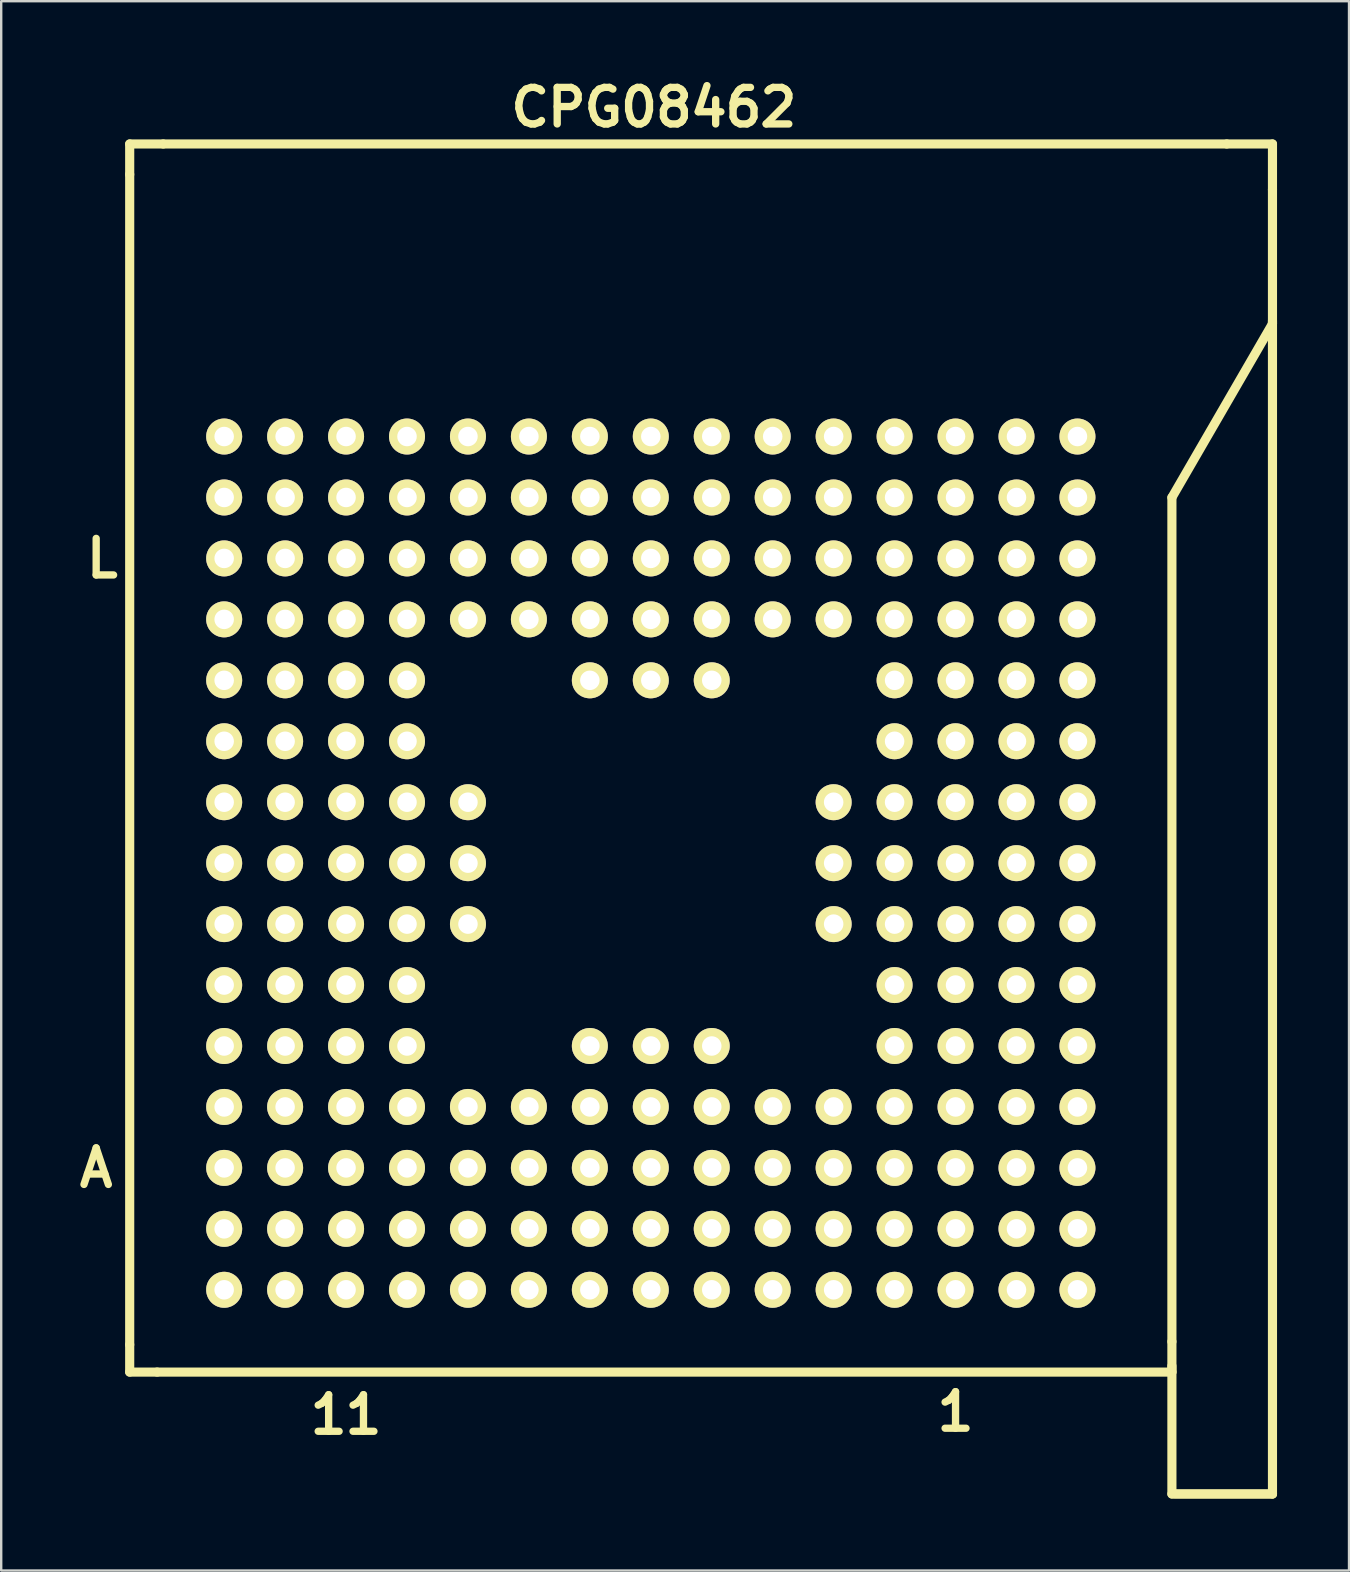
<source format=kicad_pcb>
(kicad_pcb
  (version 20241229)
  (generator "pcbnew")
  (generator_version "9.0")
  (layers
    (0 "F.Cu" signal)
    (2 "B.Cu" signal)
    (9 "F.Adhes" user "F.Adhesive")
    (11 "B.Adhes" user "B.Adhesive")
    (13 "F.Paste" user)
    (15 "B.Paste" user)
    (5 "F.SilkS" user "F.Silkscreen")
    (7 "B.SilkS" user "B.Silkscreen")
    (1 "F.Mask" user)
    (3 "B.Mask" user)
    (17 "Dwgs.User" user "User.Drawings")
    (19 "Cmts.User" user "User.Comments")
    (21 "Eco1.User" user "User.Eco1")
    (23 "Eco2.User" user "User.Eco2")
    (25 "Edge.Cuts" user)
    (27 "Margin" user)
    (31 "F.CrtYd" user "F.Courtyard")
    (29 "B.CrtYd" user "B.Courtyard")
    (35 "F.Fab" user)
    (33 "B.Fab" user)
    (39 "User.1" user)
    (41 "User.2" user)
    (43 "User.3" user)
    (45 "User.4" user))
  (footprint "CPG08462"
    (layer "F.Cu")
    (at 41.852 50.702)
    (property "Reference" "CPG08462" (at -17.653 -49.276 0) (layer "F.SilkS") (effects (font (size 1.524 1.524) (thickness 0.305))))
    (attr through_hole)
    (fp_line (start -39.497 -47.752) (end -39.497 -46.482) (stroke (width 0.381) (type solid)) (layer "F.SilkS"))
    (fp_line (start -39.497 -47.752) (end -38.1 -47.752) (stroke (width 0.381) (type solid)) (layer "F.SilkS"))
    (fp_line (start -39.497 -46.482) (end -39.497 2.286) (stroke (width 0.381) (type solid)) (layer "F.SilkS"))
    (fp_line (start -39.497 3.429) (end -39.497 2.286) (stroke (width 0.381) (type solid)) (layer "F.SilkS"))
    (fp_line (start -39.497 3.429) (end -38.354 3.429) (stroke (width 0.381) (type solid)) (layer "F.SilkS"))
    (fp_line (start 3.937 2.159) (end 3.937 -33.02) (stroke (width 0.381) (type solid)) (layer "F.SilkS"))
    (fp_line (start 3.937 3.175) (end 3.937 8.509) (stroke (width 0.381) (type solid)) (layer "F.SilkS"))
    (fp_line (start 3.937 3.429) (end -38.354 3.429) (stroke (width 0.381) (type solid)) (layer "F.SilkS"))
    (fp_line (start 3.937 3.429) (end 3.937 2.159) (stroke (width 0.381) (type solid)) (layer "F.SilkS"))
    (fp_line (start 3.937 8.509) (end 8.128 8.509) (stroke (width 0.381) (type solid)) (layer "F.SilkS"))
    (fp_line (start 6.223 -47.752) (end -38.1 -47.752) (stroke (width 0.381) (type solid)) (layer "F.SilkS"))
    (fp_line (start 8.128 -47.752) (end 6.223 -47.752) (stroke (width 0.381) (type solid)) (layer "F.SilkS"))
    (fp_line (start 8.128 -47.752) (end 8.128 -45.847) (stroke (width 0.381) (type solid)) (layer "F.SilkS"))
    (fp_line (start 8.128 -45.847) (end 8.128 -40.259) (stroke (width 0.381) (type solid)) (layer "F.SilkS"))
    (fp_line (start 8.128 -40.386) (end 8.128 8.509) (stroke (width 0.381) (type solid)) (layer "F.SilkS"))
    (fp_line (start 8.128 -40.259) (end 3.937 -33.02) (stroke (width 0.381) (type solid)) (layer "F.SilkS"))
    (fp_line (start 8.128 8.509) (end 4.064 8.509) (stroke (width 0.381) (type solid)) (layer "F.SilkS"))
    (fp_text user "L" (at -40.64 -30.48 0) (layer "F.SilkS") (effects (font (size 1.524 1.524) (thickness 0.305))))
    (fp_text user "11" (at -30.48 5.207 0) (layer "F.SilkS") (effects (font (size 1.524 1.524) (thickness 0.305))))
    (fp_text user "1" (at -5.08 5.08 0) (layer "F.SilkS") (effects (font (size 1.524 1.524) (thickness 0.305))))
    (fp_text user "A" (at -40.894 -5.08 0) (layer "F.SilkS") (effects (font (size 1.524 1.524) (thickness 0.305))))
    (pad "" thru_hole circle (at -35.56 -35.56) (size 1.5 1.5) (drill 0.813) (layers "*.Cu" "*.Mask" "F.SilkS"))
    (pad "" thru_hole circle (at -35.56 -33.02) (size 1.5 1.5) (drill 0.813) (layers "*.Cu" "*.Mask" "F.SilkS"))
    (pad "" thru_hole circle (at -35.56 -30.48) (size 1.5 1.5) (drill 0.813) (layers "*.Cu" "*.Mask" "F.SilkS"))
    (pad "" thru_hole circle (at -35.56 -27.94) (size 1.5 1.5) (drill 0.813) (layers "*.Cu" "*.Mask" "F.SilkS"))
    (pad "" thru_hole circle (at -35.56 -25.4) (size 1.5 1.5) (drill 0.813) (layers "*.Cu" "*.Mask" "F.SilkS"))
    (pad "" thru_hole circle (at -35.56 -22.86) (size 1.5 1.5) (drill 0.813) (layers "*.Cu" "*.Mask" "F.SilkS"))
    (pad "" thru_hole circle (at -35.56 -20.32) (size 1.5 1.5) (drill 0.813) (layers "*.Cu" "*.Mask" "F.SilkS"))
    (pad "" thru_hole circle (at -35.56 -17.78) (size 1.5 1.5) (drill 0.813) (layers "*.Cu" "*.Mask" "F.SilkS"))
    (pad "" thru_hole circle (at -35.56 -15.24) (size 1.5 1.5) (drill 0.813) (layers "*.Cu" "*.Mask" "F.SilkS"))
    (pad "" thru_hole circle (at -35.56 -12.7) (size 1.5 1.5) (drill 0.813) (layers "*.Cu" "*.Mask" "F.SilkS"))
    (pad "" thru_hole circle (at -35.56 -10.16) (size 1.5 1.5) (drill 0.813) (layers "*.Cu" "*.Mask" "F.SilkS"))
    (pad "" thru_hole circle (at -35.56 -7.62) (size 1.5 1.5) (drill 0.813) (layers "*.Cu" "*.Mask" "F.SilkS"))
    (pad "" thru_hole circle (at -35.56 -5.08) (size 1.5 1.5) (drill 0.813) (layers "*.Cu" "*.Mask" "F.SilkS"))
    (pad "" thru_hole circle (at -35.56 -2.54) (size 1.5 1.5) (drill 0.813) (layers "*.Cu" "*.Mask" "F.SilkS"))
    (pad "" thru_hole circle (at -35.56 0) (size 1.5 1.5) (drill 0.813) (layers "*.Cu" "*.Mask" "F.SilkS"))
    (pad "" thru_hole circle (at -33.02 -35.56) (size 1.5 1.5) (drill 0.813) (layers "*.Cu" "*.Mask" "F.SilkS"))
    (pad "" thru_hole circle (at -33.02 -33.02) (size 1.5 1.5) (drill 0.813) (layers "*.Cu" "*.Mask" "F.SilkS"))
    (pad "" thru_hole circle (at -33.02 -30.48) (size 1.5 1.5) (drill 0.813) (layers "*.Cu" "*.Mask" "F.SilkS"))
    (pad "" thru_hole circle (at -33.02 -27.94) (size 1.5 1.5) (drill 0.813) (layers "*.Cu" "*.Mask" "F.SilkS"))
    (pad "" thru_hole circle (at -33.02 -25.4) (size 1.5 1.5) (drill 0.813) (layers "*.Cu" "*.Mask" "F.SilkS"))
    (pad "" thru_hole circle (at -33.02 -22.86) (size 1.5 1.5) (drill 0.813) (layers "*.Cu" "*.Mask" "F.SilkS"))
    (pad "" thru_hole circle (at -33.02 -20.32) (size 1.5 1.5) (drill 0.813) (layers "*.Cu" "*.Mask" "F.SilkS"))
    (pad "" thru_hole circle (at -33.02 -17.78) (size 1.5 1.5) (drill 0.813) (layers "*.Cu" "*.Mask" "F.SilkS"))
    (pad "" thru_hole circle (at -33.02 -15.24) (size 1.5 1.5) (drill 0.813) (layers "*.Cu" "*.Mask" "F.SilkS"))
    (pad "" thru_hole circle (at -33.02 -12.7) (size 1.5 1.5) (drill 0.813) (layers "*.Cu" "*.Mask" "F.SilkS"))
    (pad "" thru_hole circle (at -33.02 -10.16) (size 1.5 1.5) (drill 0.813) (layers "*.Cu" "*.Mask" "F.SilkS"))
    (pad "" thru_hole circle (at -33.02 -7.62) (size 1.5 1.5) (drill 0.813) (layers "*.Cu" "*.Mask" "F.SilkS"))
    (pad "" thru_hole circle (at -33.02 -5.08) (size 1.5 1.5) (drill 0.813) (layers "*.Cu" "*.Mask" "F.SilkS"))
    (pad "" thru_hole circle (at -33.02 -2.54) (size 1.5 1.5) (drill 0.813) (layers "*.Cu" "*.Mask" "F.SilkS"))
    (pad "" thru_hole circle (at -33.02 0) (size 1.5 1.5) (drill 0.813) (layers "*.Cu" "*.Mask" "F.SilkS"))
    (pad "" thru_hole circle (at -30.48 -35.56) (size 1.5 1.5) (drill 0.813) (layers "*.Cu" "*.Mask" "F.SilkS"))
    (pad "" thru_hole circle (at -30.48 -33.02) (size 1.5 1.5) (drill 0.813) (layers "*.Cu" "*.Mask" "F.SilkS"))
    (pad "" thru_hole circle (at -30.48 -2.54) (size 1.5 1.5) (drill 0.813) (layers "*.Cu" "*.Mask" "F.SilkS"))
    (pad "" thru_hole circle (at -30.48 0) (size 1.5 1.5) (drill 0.813) (layers "*.Cu" "*.Mask" "F.SilkS"))
    (pad "" thru_hole circle (at -27.94 -35.56) (size 1.5 1.5) (drill 0.813) (layers "*.Cu" "*.Mask" "F.SilkS"))
    (pad "" thru_hole circle (at -27.94 -33.02) (size 1.5 1.5) (drill 0.813) (layers "*.Cu" "*.Mask" "F.SilkS"))
    (pad "" thru_hole circle (at -27.94 -2.54) (size 1.5 1.5) (drill 0.813) (layers "*.Cu" "*.Mask" "F.SilkS"))
    (pad "" thru_hole circle (at -27.94 0) (size 1.5 1.5) (drill 0.813) (layers "*.Cu" "*.Mask" "F.SilkS"))
    (pad "" thru_hole circle (at -25.4 -35.56) (size 1.5 1.5) (drill 0.813) (layers "*.Cu" "*.Mask" "F.SilkS"))
    (pad "" thru_hole circle (at -25.4 -33.02) (size 1.5 1.5) (drill 0.813) (layers "*.Cu" "*.Mask" "F.SilkS"))
    (pad "" thru_hole circle (at -25.4 -2.54) (size 1.5 1.5) (drill 0.813) (layers "*.Cu" "*.Mask" "F.SilkS"))
    (pad "" thru_hole circle (at -25.4 0) (size 1.5 1.5) (drill 0.813) (layers "*.Cu" "*.Mask" "F.SilkS"))
    (pad "" thru_hole circle (at -22.86 -35.56) (size 1.5 1.5) (drill 0.813) (layers "*.Cu" "*.Mask" "F.SilkS"))
    (pad "" thru_hole circle (at -22.86 -33.02) (size 1.5 1.5) (drill 0.813) (layers "*.Cu" "*.Mask" "F.SilkS"))
    (pad "" thru_hole circle (at -22.86 -2.54) (size 1.5 1.5) (drill 0.813) (layers "*.Cu" "*.Mask" "F.SilkS"))
    (pad "" thru_hole circle (at -22.86 0) (size 1.5 1.5) (drill 0.813) (layers "*.Cu" "*.Mask" "F.SilkS"))
    (pad "" thru_hole circle (at -20.32 -35.56) (size 1.5 1.5) (drill 0.813) (layers "*.Cu" "*.Mask" "F.SilkS"))
    (pad "" thru_hole circle (at -20.32 -33.02) (size 1.5 1.5) (drill 0.813) (layers "*.Cu" "*.Mask" "F.SilkS"))
    (pad "" thru_hole circle (at -20.32 -2.54) (size 1.5 1.5) (drill 0.813) (layers "*.Cu" "*.Mask" "F.SilkS"))
    (pad "" thru_hole circle (at -20.32 0) (size 1.5 1.5) (drill 0.813) (layers "*.Cu" "*.Mask" "F.SilkS"))
    (pad "" thru_hole circle (at -17.78 -35.56) (size 1.5 1.5) (drill 0.813) (layers "*.Cu" "*.Mask" "F.SilkS"))
    (pad "" thru_hole circle (at -17.78 -33.02) (size 1.5 1.5) (drill 0.813) (layers "*.Cu" "*.Mask" "F.SilkS"))
    (pad "" thru_hole circle (at -17.78 -2.54) (size 1.5 1.5) (drill 0.813) (layers "*.Cu" "*.Mask" "F.SilkS"))
    (pad "" thru_hole circle (at -17.78 0) (size 1.5 1.5) (drill 0.813) (layers "*.Cu" "*.Mask" "F.SilkS"))
    (pad "" thru_hole circle (at -15.24 -35.56) (size 1.5 1.5) (drill 0.813) (layers "*.Cu" "*.Mask" "F.SilkS"))
    (pad "" thru_hole circle (at -15.24 -33.02) (size 1.5 1.5) (drill 0.813) (layers "*.Cu" "*.Mask" "F.SilkS"))
    (pad "" thru_hole circle (at -15.24 -2.54) (size 1.5 1.5) (drill 0.813) (layers "*.Cu" "*.Mask" "F.SilkS"))
    (pad "" thru_hole circle (at -15.24 0) (size 1.5 1.5) (drill 0.813) (layers "*.Cu" "*.Mask" "F.SilkS"))
    (pad "" thru_hole circle (at -12.7 -35.56) (size 1.5 1.5) (drill 0.813) (layers "*.Cu" "*.Mask" "F.SilkS"))
    (pad "" thru_hole circle (at -12.7 -33.02) (size 1.5 1.5) (drill 0.813) (layers "*.Cu" "*.Mask" "F.SilkS"))
    (pad "" thru_hole circle (at -12.7 -2.54) (size 1.5 1.5) (drill 0.813) (layers "*.Cu" "*.Mask" "F.SilkS"))
    (pad "" thru_hole circle (at -12.7 0) (size 1.5 1.5) (drill 0.813) (layers "*.Cu" "*.Mask" "F.SilkS"))
    (pad "" thru_hole circle (at -10.16 -35.56) (size 1.5 1.5) (drill 0.813) (layers "*.Cu" "*.Mask" "F.SilkS"))
    (pad "" thru_hole circle (at -10.16 -33.02) (size 1.5 1.5) (drill 0.813) (layers "*.Cu" "*.Mask" "F.SilkS"))
    (pad "" thru_hole circle (at -10.16 -2.54) (size 1.5 1.5) (drill 0.813) (layers "*.Cu" "*.Mask" "F.SilkS"))
    (pad "" thru_hole circle (at -10.16 0) (size 1.5 1.5) (drill 0.813) (layers "*.Cu" "*.Mask" "F.SilkS"))
    (pad "" thru_hole circle (at -7.62 -35.56) (size 1.5 1.5) (drill 0.813) (layers "*.Cu" "*.Mask" "F.SilkS"))
    (pad "" thru_hole circle (at -7.62 -33.02) (size 1.5 1.5) (drill 0.813) (layers "*.Cu" "*.Mask" "F.SilkS"))
    (pad "" thru_hole circle (at -7.62 -2.54) (size 1.5 1.5) (drill 0.813) (layers "*.Cu" "*.Mask" "F.SilkS"))
    (pad "" thru_hole circle (at -7.62 0) (size 1.5 1.5) (drill 0.813) (layers "*.Cu" "*.Mask" "F.SilkS"))
    (pad "" thru_hole circle (at -5.08 -35.56) (size 1.5 1.5) (drill 0.813) (layers "*.Cu" "*.Mask" "F.SilkS"))
    (pad "" thru_hole circle (at -5.08 -33.02) (size 1.5 1.5) (drill 0.813) (layers "*.Cu" "*.Mask" "F.SilkS"))
    (pad "" thru_hole circle (at -5.08 -2.54) (size 1.5 1.5) (drill 0.813) (layers "*.Cu" "*.Mask" "F.SilkS"))
    (pad "" thru_hole circle (at -5.08 0) (size 1.5 1.5) (drill 0.813) (layers "*.Cu" "*.Mask" "F.SilkS"))
    (pad "" thru_hole circle (at -2.54 -35.56) (size 1.5 1.5) (drill 0.813) (layers "*.Cu" "*.Mask" "F.SilkS"))
    (pad "" thru_hole circle (at -2.54 -33.02) (size 1.5 1.5) (drill 0.813) (layers "*.Cu" "*.Mask" "F.SilkS"))
    (pad "" thru_hole circle (at -2.54 -30.48) (size 1.5 1.5) (drill 0.813) (layers "*.Cu" "*.Mask" "F.SilkS"))
    (pad "" thru_hole circle (at -2.54 -27.94) (size 1.5 1.5) (drill 0.813) (layers "*.Cu" "*.Mask" "F.SilkS"))
    (pad "" thru_hole circle (at -2.54 -25.4) (size 1.5 1.5) (drill 0.813) (layers "*.Cu" "*.Mask" "F.SilkS"))
    (pad "" thru_hole circle (at -2.54 -22.86) (size 1.5 1.5) (drill 0.813) (layers "*.Cu" "*.Mask" "F.SilkS"))
    (pad "" thru_hole circle (at -2.54 -20.32) (size 1.5 1.5) (drill 0.813) (layers "*.Cu" "*.Mask" "F.SilkS"))
    (pad "" thru_hole circle (at -2.54 -17.78) (size 1.5 1.5) (drill 0.813) (layers "*.Cu" "*.Mask" "F.SilkS"))
    (pad "" thru_hole circle (at -2.54 -15.24) (size 1.5 1.5) (drill 0.813) (layers "*.Cu" "*.Mask" "F.SilkS"))
    (pad "" thru_hole circle (at -2.54 -12.7) (size 1.5 1.5) (drill 0.813) (layers "*.Cu" "*.Mask" "F.SilkS"))
    (pad "" thru_hole circle (at -2.54 -10.16) (size 1.5 1.5) (drill 0.813) (layers "*.Cu" "*.Mask" "F.SilkS"))
    (pad "" thru_hole circle (at -2.54 -7.62) (size 1.5 1.5) (drill 0.813) (layers "*.Cu" "*.Mask" "F.SilkS"))
    (pad "" thru_hole circle (at -2.54 -5.08) (size 1.5 1.5) (drill 0.813) (layers "*.Cu" "*.Mask" "F.SilkS"))
    (pad "" thru_hole circle (at -2.54 -2.54) (size 1.5 1.5) (drill 0.813) (layers "*.Cu" "*.Mask" "F.SilkS"))
    (pad "" thru_hole circle (at -2.54 0) (size 1.5 1.5) (drill 0.813) (layers "*.Cu" "*.Mask" "F.SilkS"))
    (pad "" thru_hole circle (at 0 -35.56) (size 1.5 1.5) (drill 0.813) (layers "*.Cu" "*.Mask" "F.SilkS"))
    (pad "" thru_hole circle (at 0 -33.02) (size 1.5 1.5) (drill 0.813) (layers "*.Cu" "*.Mask" "F.SilkS"))
    (pad "" thru_hole circle (at 0 -30.48) (size 1.5 1.5) (drill 0.813) (layers "*.Cu" "*.Mask" "F.SilkS"))
    (pad "" thru_hole circle (at 0 -27.94) (size 1.5 1.5) (drill 0.813) (layers "*.Cu" "*.Mask" "F.SilkS"))
    (pad "" thru_hole circle (at 0 -25.4) (size 1.5 1.5) (drill 0.813) (layers "*.Cu" "*.Mask" "F.SilkS"))
    (pad "" thru_hole circle (at 0 -22.86) (size 1.5 1.5) (drill 0.813) (layers "*.Cu" "*.Mask" "F.SilkS"))
    (pad "" thru_hole circle (at 0 -20.32) (size 1.5 1.5) (drill 0.813) (layers "*.Cu" "*.Mask" "F.SilkS"))
    (pad "" thru_hole circle (at 0 -17.78) (size 1.5 1.5) (drill 0.813) (layers "*.Cu" "*.Mask" "F.SilkS"))
    (pad "" thru_hole circle (at 0 -15.24) (size 1.5 1.5) (drill 0.813) (layers "*.Cu" "*.Mask" "F.SilkS"))
    (pad "" thru_hole circle (at 0 -12.7) (size 1.5 1.5) (drill 0.813) (layers "*.Cu" "*.Mask" "F.SilkS"))
    (pad "" thru_hole circle (at 0 -10.16) (size 1.5 1.5) (drill 0.813) (layers "*.Cu" "*.Mask" "F.SilkS"))
    (pad "" thru_hole circle (at 0 -7.62) (size 1.5 1.5) (drill 0.813) (layers "*.Cu" "*.Mask" "F.SilkS"))
    (pad "" thru_hole circle (at 0 -5.08) (size 1.5 1.5) (drill 0.813) (layers "*.Cu" "*.Mask" "F.SilkS"))
    (pad "" thru_hole circle (at 0 -2.54) (size 1.5 1.5) (drill 0.813) (layers "*.Cu" "*.Mask" "F.SilkS"))
    (pad "" thru_hole circle (at 0 0) (size 1.5 1.5) (drill 0.813) (layers "*.Cu" "*.Mask" "F.SilkS"))
    (pad "A1" thru_hole circle (at -5.08 -5.08) (size 1.5 1.5) (drill 0.813) (layers "*.Cu" "*.Mask" "F.SilkS"))
    (pad "A2" thru_hole circle (at -7.62 -5.08) (size 1.5 1.5) (drill 0.813) (layers "*.Cu" "*.Mask" "F.SilkS"))
    (pad "A3" thru_hole circle (at -10.16 -5.08) (size 1.5 1.5) (drill 0.813) (layers "*.Cu" "*.Mask" "F.SilkS"))
    (pad "A4" thru_hole circle (at -12.7 -5.08) (size 1.5 1.5) (drill 0.813) (layers "*.Cu" "*.Mask" "F.SilkS"))
    (pad "A5" thru_hole circle (at -15.24 -5.08) (size 1.5 1.5) (drill 0.813) (layers "*.Cu" "*.Mask" "F.SilkS"))
    (pad "A6" thru_hole circle (at -17.78 -5.08) (size 1.5 1.5) (drill 0.813) (layers "*.Cu" "*.Mask" "F.SilkS"))
    (pad "A7" thru_hole circle (at -20.32 -5.08) (size 1.5 1.5) (drill 0.813) (layers "*.Cu" "*.Mask" "F.SilkS"))
    (pad "A8" thru_hole circle (at -22.86 -5.08) (size 1.5 1.5) (drill 0.813) (layers "*.Cu" "*.Mask" "F.SilkS"))
    (pad "A9" thru_hole circle (at -25.4 -5.08) (size 1.5 1.5) (drill 0.813) (layers "*.Cu" "*.Mask" "F.SilkS"))
    (pad "A10" thru_hole circle (at -27.94 -5.08) (size 1.5 1.5) (drill 0.813) (layers "*.Cu" "*.Mask" "F.SilkS"))
    (pad "A11" thru_hole circle (at -30.48 -5.08) (size 1.5 1.5) (drill 0.813) (layers "*.Cu" "*.Mask" "F.SilkS"))
    (pad "B1" thru_hole circle (at -5.08 -7.62) (size 1.5 1.5) (drill 0.813) (layers "*.Cu" "*.Mask" "F.SilkS"))
    (pad "B2" thru_hole circle (at -7.62 -7.62) (size 1.5 1.5) (drill 0.813) (layers "*.Cu" "*.Mask" "F.SilkS"))
    (pad "B3" thru_hole circle (at -10.16 -7.62) (size 1.5 1.5) (drill 0.813) (layers "*.Cu" "*.Mask" "F.SilkS"))
    (pad "B4" thru_hole circle (at -12.7 -7.62) (size 1.5 1.5) (drill 0.813) (layers "*.Cu" "*.Mask" "F.SilkS"))
    (pad "B5" thru_hole circle (at -15.24 -7.62) (size 1.5 1.5) (drill 0.813) (layers "*.Cu" "*.Mask" "F.SilkS"))
    (pad "B6" thru_hole circle (at -17.78 -7.62) (size 1.5 1.5) (drill 0.813) (layers "*.Cu" "*.Mask" "F.SilkS"))
    (pad "B7" thru_hole circle (at -20.32 -7.62) (size 1.5 1.5) (drill 0.813) (layers "*.Cu" "*.Mask" "F.SilkS"))
    (pad "B8" thru_hole circle (at -22.86 -7.62) (size 1.5 1.5) (drill 0.813) (layers "*.Cu" "*.Mask" "F.SilkS"))
    (pad "B9" thru_hole circle (at -25.4 -7.62) (size 1.5 1.5) (drill 0.813) (layers "*.Cu" "*.Mask" "F.SilkS"))
    (pad "B10" thru_hole circle (at -27.94 -7.62) (size 1.5 1.5) (drill 0.813) (layers "*.Cu" "*.Mask" "F.SilkS"))
    (pad "B11" thru_hole circle (at -30.48 -7.62) (size 1.5 1.5) (drill 0.813) (layers "*.Cu" "*.Mask" "F.SilkS"))
    (pad "C1" thru_hole circle (at -5.08 -10.16) (size 1.5 1.5) (drill 0.813) (layers "*.Cu" "*.Mask" "F.SilkS"))
    (pad "C2" thru_hole circle (at -7.62 -10.16) (size 1.5 1.5) (drill 0.813) (layers "*.Cu" "*.Mask" "F.SilkS"))
    (pad "C5" thru_hole circle (at -15.24 -10.16) (size 1.5 1.5) (drill 0.813) (layers "*.Cu" "*.Mask" "F.SilkS"))
    (pad "C6" thru_hole circle (at -17.78 -10.16) (size 1.5 1.5) (drill 0.813) (layers "*.Cu" "*.Mask" "F.SilkS"))
    (pad "C7" thru_hole circle (at -20.32 -10.16) (size 1.5 1.5) (drill 0.813) (layers "*.Cu" "*.Mask" "F.SilkS"))
    (pad "C10" thru_hole circle (at -27.94 -10.16) (size 1.5 1.5) (drill 0.813) (layers "*.Cu" "*.Mask" "F.SilkS"))
    (pad "C11" thru_hole circle (at -30.48 -10.16) (size 1.5 1.5) (drill 0.813) (layers "*.Cu" "*.Mask" "F.SilkS"))
    (pad "D1" thru_hole circle (at -5.08 -12.7) (size 1.5 1.5) (drill 0.813) (layers "*.Cu" "*.Mask" "F.SilkS"))
    (pad "D2" thru_hole circle (at -7.62 -12.7) (size 1.5 1.5) (drill 0.813) (layers "*.Cu" "*.Mask" "F.SilkS"))
    (pad "D10" thru_hole circle (at -27.94 -12.7) (size 1.5 1.5) (drill 0.813) (layers "*.Cu" "*.Mask" "F.SilkS"))
    (pad "D11" thru_hole circle (at -30.48 -12.7) (size 1.5 1.5) (drill 0.813) (layers "*.Cu" "*.Mask" "F.SilkS"))
    (pad "E1" thru_hole circle (at -5.08 -15.24) (size 1.5 1.5) (drill 0.813) (layers "*.Cu" "*.Mask" "F.SilkS"))
    (pad "E2" thru_hole circle (at -7.62 -15.24) (size 1.5 1.5) (drill 0.813) (layers "*.Cu" "*.Mask" "F.SilkS"))
    (pad "E3" thru_hole circle (at -10.16 -15.24) (size 1.5 1.5) (drill 0.813) (layers "*.Cu" "*.Mask" "F.SilkS"))
    (pad "E9" thru_hole circle (at -25.4 -15.24) (size 1.5 1.5) (drill 0.813) (layers "*.Cu" "*.Mask" "F.SilkS"))
    (pad "E10" thru_hole circle (at -27.94 -15.24) (size 1.5 1.5) (drill 0.813) (layers "*.Cu" "*.Mask" "F.SilkS"))
    (pad "E11" thru_hole circle (at -30.48 -15.24) (size 1.5 1.5) (drill 0.813) (layers "*.Cu" "*.Mask" "F.SilkS"))
    (pad "F1" thru_hole circle (at -5.08 -17.78) (size 1.5 1.5) (drill 0.813) (layers "*.Cu" "*.Mask" "F.SilkS"))
    (pad "F2" thru_hole circle (at -7.62 -17.78) (size 1.5 1.5) (drill 0.813) (layers "*.Cu" "*.Mask" "F.SilkS"))
    (pad "F3" thru_hole circle (at -10.16 -17.78) (size 1.5 1.5) (drill 0.813) (layers "*.Cu" "*.Mask" "F.SilkS"))
    (pad "F9" thru_hole circle (at -25.4 -17.78) (size 1.5 1.5) (drill 0.813) (layers "*.Cu" "*.Mask" "F.SilkS"))
    (pad "F10" thru_hole circle (at -27.94 -17.78) (size 1.5 1.5) (drill 0.813) (layers "*.Cu" "*.Mask" "F.SilkS"))
    (pad "F11" thru_hole circle (at -30.48 -17.78) (size 1.5 1.5) (drill 0.813) (layers "*.Cu" "*.Mask" "F.SilkS"))
    (pad "G1" thru_hole circle (at -5.08 -20.32) (size 1.5 1.5) (drill 0.813) (layers "*.Cu" "*.Mask" "F.SilkS"))
    (pad "G2" thru_hole circle (at -7.62 -20.32) (size 1.5 1.5) (drill 0.813) (layers "*.Cu" "*.Mask" "F.SilkS"))
    (pad "G3" thru_hole circle (at -10.16 -20.32) (size 1.5 1.5) (drill 0.813) (layers "*.Cu" "*.Mask" "F.SilkS"))
    (pad "G9" thru_hole circle (at -25.4 -20.32) (size 1.5 1.5) (drill 0.813) (layers "*.Cu" "*.Mask" "F.SilkS"))
    (pad "G10" thru_hole circle (at -27.94 -20.32) (size 1.5 1.5) (drill 0.813) (layers "*.Cu" "*.Mask" "F.SilkS"))
    (pad "G11" thru_hole circle (at -30.48 -20.32) (size 1.5 1.5) (drill 0.813) (layers "*.Cu" "*.Mask" "F.SilkS"))
    (pad "H1" thru_hole circle (at -5.08 -22.86) (size 1.5 1.5) (drill 0.813) (layers "*.Cu" "*.Mask" "F.SilkS"))
    (pad "H2" thru_hole circle (at -7.62 -22.86) (size 1.5 1.5) (drill 0.813) (layers "*.Cu" "*.Mask" "F.SilkS"))
    (pad "H10" thru_hole circle (at -27.94 -22.86) (size 1.5 1.5) (drill 0.813) (layers "*.Cu" "*.Mask" "F.SilkS"))
    (pad "H11" thru_hole circle (at -30.48 -22.86) (size 1.5 1.5) (drill 0.813) (layers "*.Cu" "*.Mask" "F.SilkS"))
    (pad "J1" thru_hole circle (at -5.08 -25.4) (size 1.5 1.5) (drill 0.813) (layers "*.Cu" "*.Mask" "F.SilkS"))
    (pad "J2" thru_hole circle (at -7.62 -25.4) (size 1.5 1.5) (drill 0.813) (layers "*.Cu" "*.Mask" "F.SilkS"))
    (pad "J5" thru_hole circle (at -15.24 -25.4) (size 1.5 1.5) (drill 0.813) (layers "*.Cu" "*.Mask" "F.SilkS"))
    (pad "J6" thru_hole circle (at -17.78 -25.4) (size 1.5 1.5) (drill 0.813) (layers "*.Cu" "*.Mask" "F.SilkS"))
    (pad "J7" thru_hole circle (at -20.32 -25.4) (size 1.5 1.5) (drill 0.813) (layers "*.Cu" "*.Mask" "F.SilkS"))
    (pad "J10" thru_hole circle (at -27.94 -25.4) (size 1.5 1.5) (drill 0.813) (layers "*.Cu" "*.Mask" "F.SilkS"))
    (pad "J11" thru_hole circle (at -30.48 -25.4) (size 1.5 1.5) (drill 0.813) (layers "*.Cu" "*.Mask" "F.SilkS"))
    (pad "K1" thru_hole circle (at -5.08 -27.94) (size 1.5 1.5) (drill 0.813) (layers "*.Cu" "*.Mask" "F.SilkS"))
    (pad "K2" thru_hole circle (at -7.62 -27.94) (size 1.5 1.5) (drill 0.813) (layers "*.Cu" "*.Mask" "F.SilkS"))
    (pad "K3" thru_hole circle (at -10.16 -27.94) (size 1.5 1.5) (drill 0.813) (layers "*.Cu" "*.Mask" "F.SilkS"))
    (pad "K4" thru_hole circle (at -12.7 -27.94) (size 1.5 1.5) (drill 0.813) (layers "*.Cu" "*.Mask" "F.SilkS"))
    (pad "K5" thru_hole circle (at -15.24 -27.94) (size 1.5 1.5) (drill 0.813) (layers "*.Cu" "*.Mask" "F.SilkS"))
    (pad "K6" thru_hole circle (at -17.78 -27.94) (size 1.5 1.5) (drill 0.813) (layers "*.Cu" "*.Mask" "F.SilkS"))
    (pad "K7" thru_hole circle (at -20.32 -27.94) (size 1.5 1.5) (drill 0.813) (layers "*.Cu" "*.Mask" "F.SilkS"))
    (pad "K8" thru_hole circle (at -22.86 -27.94) (size 1.5 1.5) (drill 0.813) (layers "*.Cu" "*.Mask" "F.SilkS"))
    (pad "K9" thru_hole circle (at -25.4 -27.94) (size 1.5 1.5) (drill 0.813) (layers "*.Cu" "*.Mask" "F.SilkS"))
    (pad "K10" thru_hole circle (at -27.94 -27.94) (size 1.5 1.5) (drill 0.813) (layers "*.Cu" "*.Mask" "F.SilkS"))
    (pad "K11" thru_hole circle (at -30.48 -27.94) (size 1.5 1.5) (drill 0.813) (layers "*.Cu" "*.Mask" "F.SilkS"))
    (pad "L1" thru_hole circle (at -5.08 -30.48) (size 1.5 1.5) (drill 0.813) (layers "*.Cu" "*.Mask" "F.SilkS"))
    (pad "L2" thru_hole circle (at -7.62 -30.48) (size 1.5 1.5) (drill 0.813) (layers "*.Cu" "*.Mask" "F.SilkS"))
    (pad "L3" thru_hole circle (at -10.16 -30.48) (size 1.5 1.5) (drill 0.813) (layers "*.Cu" "*.Mask" "F.SilkS"))
    (pad "L4" thru_hole circle (at -12.7 -30.48) (size 1.5 1.5) (drill 0.813) (layers "*.Cu" "*.Mask" "F.SilkS"))
    (pad "L5" thru_hole circle (at -15.24 -30.48) (size 1.5 1.5) (drill 0.813) (layers "*.Cu" "*.Mask" "F.SilkS"))
    (pad "L6" thru_hole circle (at -17.78 -30.48) (size 1.5 1.5) (drill 0.813) (layers "*.Cu" "*.Mask" "F.SilkS"))
    (pad "L7" thru_hole circle (at -20.32 -30.48) (size 1.5 1.5) (drill 0.813) (layers "*.Cu" "*.Mask" "F.SilkS"))
    (pad "L8" thru_hole circle (at -22.86 -30.48) (size 1.5 1.5) (drill 0.813) (layers "*.Cu" "*.Mask" "F.SilkS"))
    (pad "L9" thru_hole circle (at -25.4 -30.48) (size 1.5 1.5) (drill 0.813) (layers "*.Cu" "*.Mask" "F.SilkS"))
    (pad "L10" thru_hole circle (at -27.94 -30.48) (size 1.5 1.5) (drill 0.813) (layers "*.Cu" "*.Mask" "F.SilkS"))
    (pad "L11" thru_hole circle (at -30.48 -30.48) (size 1.5 1.5) (drill 0.813) (layers "*.Cu" "*.Mask" "F.SilkS")))
  (gr_rect
    (start -3 -3)
    (end 53.17 62.402)
    (stroke (width 0.1) (type default))
    (fill no)
    (layer "Edge.Cuts")))
</source>
